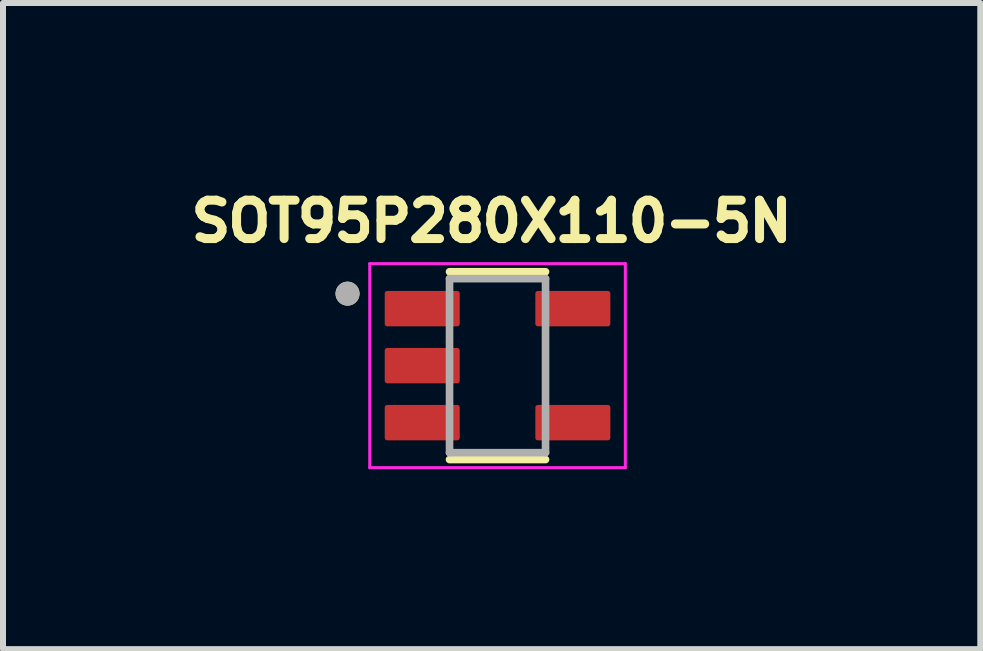
<source format=kicad_pcb>
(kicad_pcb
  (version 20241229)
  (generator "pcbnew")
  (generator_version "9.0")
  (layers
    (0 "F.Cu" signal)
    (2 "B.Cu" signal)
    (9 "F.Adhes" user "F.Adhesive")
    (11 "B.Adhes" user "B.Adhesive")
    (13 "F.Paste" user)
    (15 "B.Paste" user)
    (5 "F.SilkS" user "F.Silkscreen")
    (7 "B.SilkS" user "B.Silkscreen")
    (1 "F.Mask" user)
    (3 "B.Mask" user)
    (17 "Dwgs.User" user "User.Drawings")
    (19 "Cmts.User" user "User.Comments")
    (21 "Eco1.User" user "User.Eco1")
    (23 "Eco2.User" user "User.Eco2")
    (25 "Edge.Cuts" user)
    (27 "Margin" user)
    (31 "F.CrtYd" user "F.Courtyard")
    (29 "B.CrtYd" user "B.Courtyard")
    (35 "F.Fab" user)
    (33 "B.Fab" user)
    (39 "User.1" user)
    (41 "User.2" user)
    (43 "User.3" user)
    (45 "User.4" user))
  (footprint "SOT95P280X110-5N"
    (layer "F.Cu")
    (at 5.242 3.044)
    (property "Reference" "SOT95P280X110-5N" (at -0.098 -2.406 0) (layer "F.SilkS") (effects (font (size 0.64 0.64) (thickness 0.15))))
    (attr smd)
    (fp_line (start -0.8 -1.565) (end 0.8 -1.565) (stroke (width 0.127) (type solid)) (layer "F.SilkS"))
    (fp_line (start -0.8 1.565) (end 0.8 1.565) (stroke (width 0.127) (type solid)) (layer "F.SilkS"))
    (fp_circle (center -2.5 -1.2) (end -2.4 -1.2) (stroke (width 0.2) (type solid)) (fill no) (layer "F.SilkS"))
    (fp_line (start -2.13 -1.7) (end 2.13 -1.7) (stroke (width 0.05) (type solid)) (layer "F.CrtYd"))
    (fp_line (start -2.13 1.7) (end -2.13 -1.7) (stroke (width 0.05) (type solid)) (layer "F.CrtYd"))
    (fp_line (start 2.13 -1.7) (end 2.13 1.7) (stroke (width 0.05) (type solid)) (layer "F.CrtYd"))
    (fp_line (start 2.13 1.7) (end -2.13 1.7) (stroke (width 0.05) (type solid)) (layer "F.CrtYd"))
    (fp_line (start -0.8 -1.45) (end 0.8 -1.45) (stroke (width 0.127) (type solid)) (layer "F.Fab"))
    (fp_line (start -0.8 1.45) (end -0.8 -1.45) (stroke (width 0.127) (type solid)) (layer "F.Fab"))
    (fp_line (start 0.8 -1.45) (end 0.8 1.45) (stroke (width 0.127) (type solid)) (layer "F.Fab"))
    (fp_line (start 0.8 1.45) (end -0.8 1.45) (stroke (width 0.127) (type solid)) (layer "F.Fab"))
    (fp_circle (center -2.5 -1.2) (end -2.4 -1.2) (stroke (width 0.2) (type solid)) (fill no) (layer "F.Fab"))
    (pad "1" smd roundrect (at -1.255 -0.95) (size 1.25 0.59) (layers "F.Cu" "F.Mask" "F.Paste") (roundrect_rratio 0.07))
    (pad "2" smd roundrect (at -1.255 0) (size 1.25 0.59) (layers "F.Cu" "F.Mask" "F.Paste") (roundrect_rratio 0.07))
    (pad "3" smd roundrect (at -1.255 0.95) (size 1.25 0.59) (layers "F.Cu" "F.Mask" "F.Paste") (roundrect_rratio 0.07))
    (pad "4" smd roundrect (at 1.255 0.95) (size 1.25 0.59) (layers "F.Cu" "F.Mask" "F.Paste") (roundrect_rratio 0.07))
    (pad "5" smd roundrect (at 1.255 -0.95) (size 1.25 0.59) (layers "F.Cu" "F.Mask" "F.Paste") (roundrect_rratio 0.07)))
  (gr_rect
    (start -3 -3)
    (end 13.288 7.769)
    (stroke (width 0.1) (type default))
    (fill no)
    (layer "Edge.Cuts")))
</source>
